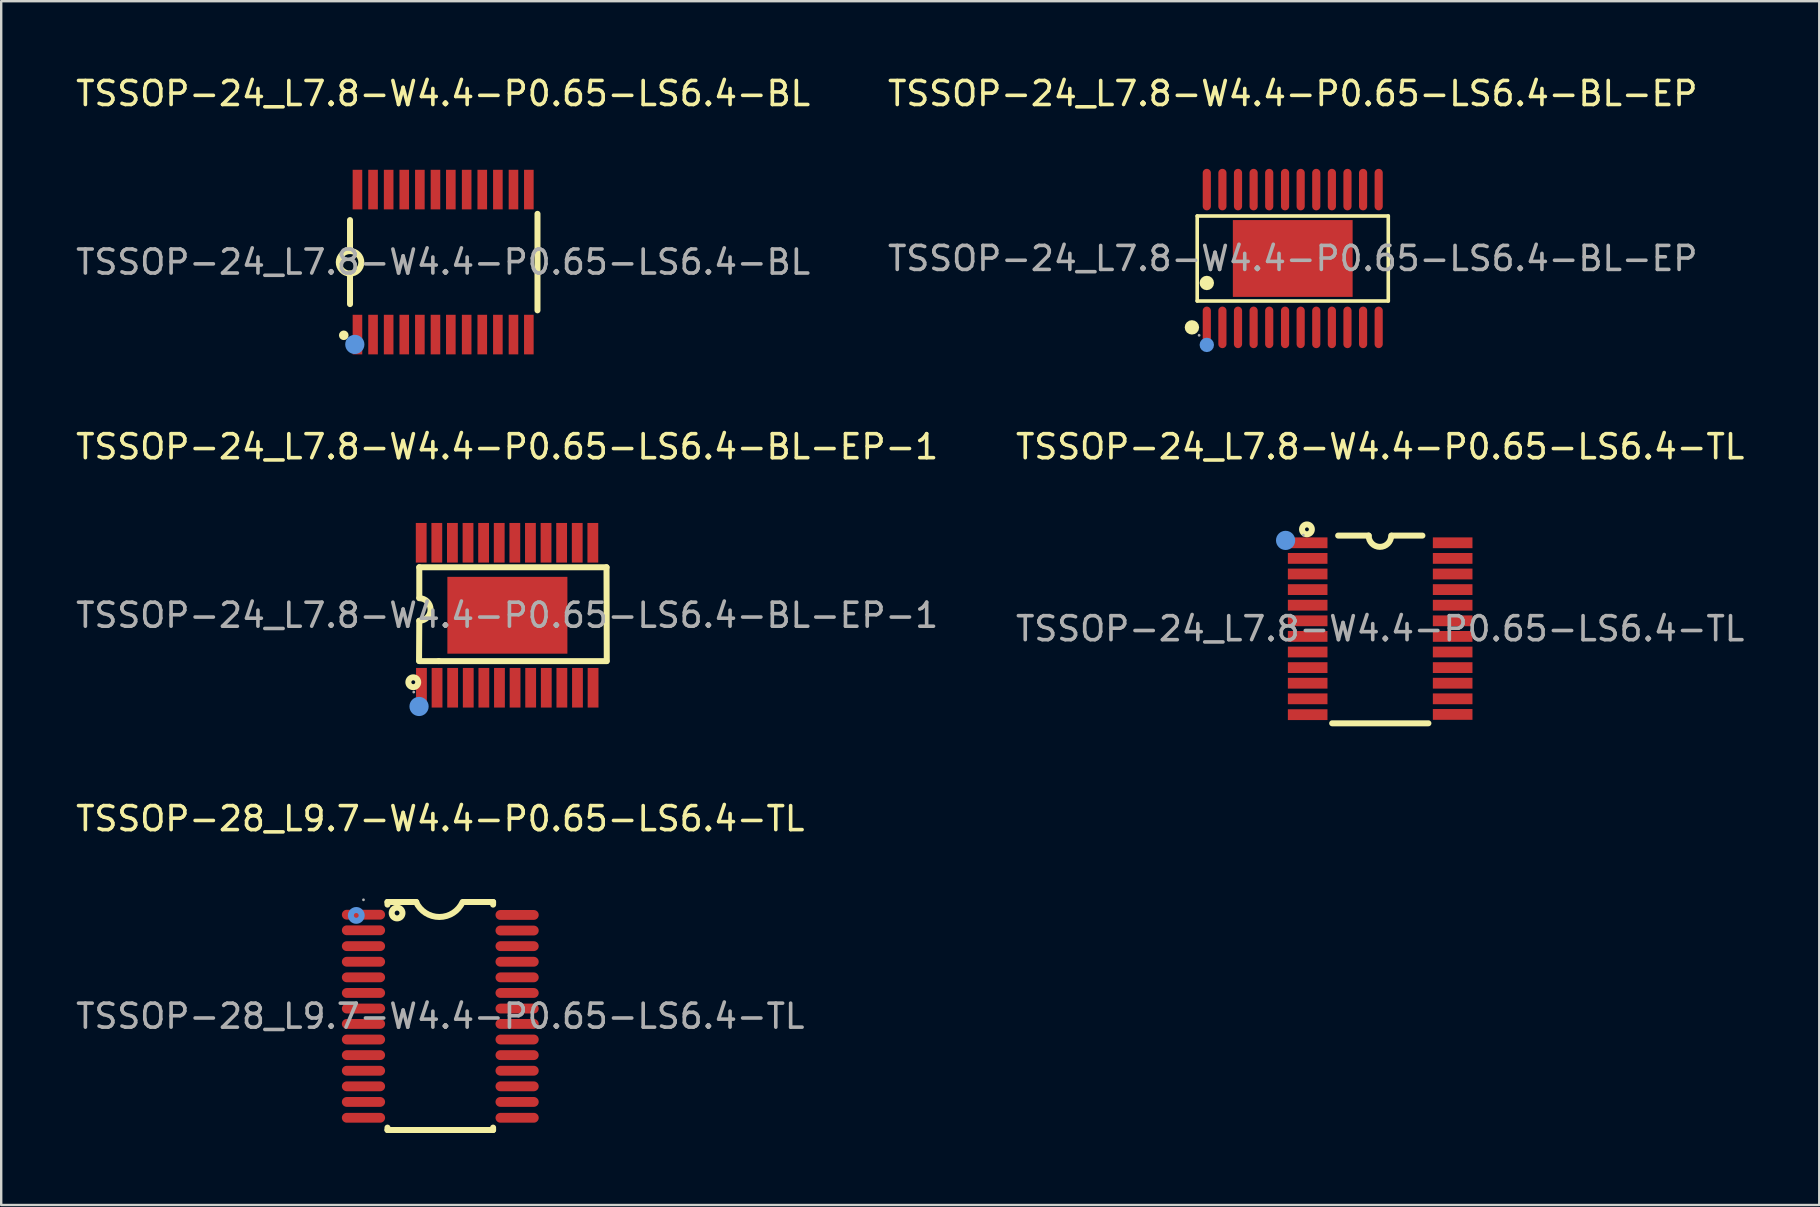
<source format=kicad_pcb>
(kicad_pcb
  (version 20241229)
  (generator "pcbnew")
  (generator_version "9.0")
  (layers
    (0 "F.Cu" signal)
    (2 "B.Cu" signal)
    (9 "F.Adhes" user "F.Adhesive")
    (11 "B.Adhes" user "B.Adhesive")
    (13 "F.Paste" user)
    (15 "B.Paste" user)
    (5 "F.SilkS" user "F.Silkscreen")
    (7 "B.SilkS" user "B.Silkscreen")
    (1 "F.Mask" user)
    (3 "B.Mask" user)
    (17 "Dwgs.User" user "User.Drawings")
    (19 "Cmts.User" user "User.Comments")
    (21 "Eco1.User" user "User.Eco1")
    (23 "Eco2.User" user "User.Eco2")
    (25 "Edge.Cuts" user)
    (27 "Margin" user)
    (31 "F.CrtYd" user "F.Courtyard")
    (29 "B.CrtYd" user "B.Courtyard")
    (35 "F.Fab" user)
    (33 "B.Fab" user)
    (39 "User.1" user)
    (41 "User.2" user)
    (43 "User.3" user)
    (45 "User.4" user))
  (footprint "TSSOP-28_L9.7-W4.4-P0.65-LS6.4-TL"
    (layer "F.Cu")
    (at 15.292 39.285)
    (property "Reference" "TSSOP-28_L9.7-W4.4-P0.65-LS6.4-TL" (at 0 -8.23 0) (layer "F.SilkS") (effects (font (size 1 1) (thickness 0.15))))
    (attr through_hole)
    (fp_line (start -2.2 -4.76) (end -2.2 -4.65) (stroke (width 0.25) (type solid)) (layer "F.SilkS"))
    (fp_line (start -2.2 -4.76) (end -1 -4.76) (stroke (width 0.25) (type solid)) (layer "F.SilkS"))
    (fp_line (start -2.2 4.64) (end -2.2 4.74) (stroke (width 0.25) (type solid)) (layer "F.SilkS"))
    (fp_line (start -2.2 4.74) (end 2.2 4.74) (stroke (width 0.25) (type solid)) (layer "F.SilkS"))
    (fp_line (start 2.2 -4.76) (end 1 -4.76) (stroke (width 0.25) (type solid)) (layer "F.SilkS"))
    (fp_line (start 2.2 -4.76) (end 2.2 -4.65) (stroke (width 0.25) (type solid)) (layer "F.SilkS"))
    (fp_line (start 2.2 4.64) (end 2.2 4.74) (stroke (width 0.25) (type solid)) (layer "F.SilkS"))
    (fp_arc (start 0.93 -4.76) (mid -0.039246 -4.134871) (end -1.009376 -4.758627) (stroke (width 0.25) (type solid)) (layer "F.SilkS"))
    (fp_circle (center -1.8 -4.3) (end -1.7 -4.3) (stroke (width 0.25) (type solid)) (fill no) (layer "F.SilkS"))
    (fp_circle (center -3.5 -4.2) (end -3.4 -4.2) (stroke (width 0.25) (type solid)) (fill no) (layer "Cmts.User"))
    (fp_circle (center -3.2 -4.85) (end -3.17 -4.85) (stroke (width 0.06) (type solid)) (fill no) (layer "F.Fab"))
    (fp_text user "${REFERENCE}" (at 0 0 0) (layer "F.Fab") (effects (font (size 1 1) (thickness 0.15))))
    (pad "1" smd oval (at -3.2 -4.23) (size 1.8 0.41) (layers "F.Cu" "F.Mask" "F.Paste"))
    (pad "2" smd oval (at -3.2 -3.58) (size 1.8 0.41) (layers "F.Cu" "F.Mask" "F.Paste"))
    (pad "3" smd oval (at -3.2 -2.92) (size 1.8 0.41) (layers "F.Cu" "F.Mask" "F.Paste"))
    (pad "4" smd oval (at -3.2 -2.27) (size 1.8 0.41) (layers "F.Cu" "F.Mask" "F.Paste"))
    (pad "5" smd oval (at -3.2 -1.62) (size 1.8 0.41) (layers "F.Cu" "F.Mask" "F.Paste"))
    (pad "6" smd oval (at -3.2 -0.97) (size 1.8 0.41) (layers "F.Cu" "F.Mask" "F.Paste"))
    (pad "7" smd oval (at -3.2 -0.32) (size 1.8 0.41) (layers "F.Cu" "F.Mask" "F.Paste"))
    (pad "8" smd oval (at -3.2 0.32) (size 1.8 0.41) (layers "F.Cu" "F.Mask" "F.Paste"))
    (pad "9" smd oval (at -3.2 0.97) (size 1.8 0.41) (layers "F.Cu" "F.Mask" "F.Paste"))
    (pad "10" smd oval (at -3.2 1.62) (size 1.8 0.41) (layers "F.Cu" "F.Mask" "F.Paste"))
    (pad "11" smd oval (at -3.2 2.27) (size 1.8 0.41) (layers "F.Cu" "F.Mask" "F.Paste"))
    (pad "12" smd oval (at -3.2 2.92) (size 1.8 0.41) (layers "F.Cu" "F.Mask" "F.Paste"))
    (pad "13" smd oval (at -3.2 3.57) (size 1.8 0.41) (layers "F.Cu" "F.Mask" "F.Paste"))
    (pad "14" smd oval (at -3.2 4.23) (size 1.8 0.41) (layers "F.Cu" "F.Mask" "F.Paste"))
    (pad "15" smd oval (at 3.2 4.23) (size 1.8 0.41) (layers "F.Cu" "F.Mask" "F.Paste"))
    (pad "16" smd oval (at 3.2 3.57) (size 1.8 0.41) (layers "F.Cu" "F.Mask" "F.Paste"))
    (pad "17" smd oval (at 3.2 2.92) (size 1.8 0.41) (layers "F.Cu" "F.Mask" "F.Paste"))
    (pad "18" smd oval (at 3.2 2.27) (size 1.8 0.41) (layers "F.Cu" "F.Mask" "F.Paste"))
    (pad "19" smd oval (at 3.2 1.62) (size 1.8 0.41) (layers "F.Cu" "F.Mask" "F.Paste"))
    (pad "20" smd oval (at 3.2 0.97) (size 1.8 0.41) (layers "F.Cu" "F.Mask" "F.Paste"))
    (pad "21" smd oval (at 3.2 0.32) (size 1.8 0.41) (layers "F.Cu" "F.Mask" "F.Paste"))
    (pad "22" smd oval (at 3.2 -0.32) (size 1.8 0.41) (layers "F.Cu" "F.Mask" "F.Paste"))
    (pad "23" smd oval (at 3.2 -0.97) (size 1.8 0.41) (layers "F.Cu" "F.Mask" "F.Paste"))
    (pad "24" smd oval (at 3.2 -1.62) (size 1.8 0.41) (layers "F.Cu" "F.Mask" "F.Paste"))
    (pad "25" smd oval (at 3.2 -2.27) (size 1.8 0.41) (layers "F.Cu" "F.Mask" "F.Paste"))
    (pad "26" smd oval (at 3.2 -2.92) (size 1.8 0.41) (layers "F.Cu" "F.Mask" "F.Paste"))
    (pad "27" smd oval (at 3.2 -3.57) (size 1.8 0.41) (layers "F.Cu" "F.Mask" "F.Paste"))
    (pad "28" smd oval (at 3.2 -4.22) (size 1.8 0.41) (layers "F.Cu" "F.Mask" "F.Paste")))
  (footprint "TSSOP-24_L7.8-W4.4-P0.65-LS6.4-BL-EP-1"
    (layer "F.Cu")
    (at 18.077 22.581)
    (property "Reference" "TSSOP-24_L7.8-W4.4-P0.65-LS6.4-BL-EP-1" (at 0 -7.02 0) (layer "F.SilkS") (effects (font (size 1 1) (thickness 0.15))))
    (attr through_hole)
    (fp_line (start -3.67 1.9) (end -3.66 0.23) (stroke (width 0.25) (type solid)) (layer "F.SilkS"))
    (fp_line (start -3.66 -0.73) (end -3.66 -2) (stroke (width 0.25) (type solid)) (layer "F.SilkS"))
    (fp_line (start -2.85 1.91) (end -3.66 1.91) (stroke (width 0.25) (type solid)) (layer "F.SilkS"))
    (fp_line (start 4.14 -2) (end -3.66 -2) (stroke (width 0.25) (type solid)) (layer "F.SilkS"))
    (fp_line (start 4.14 1.91) (end -2.85 1.91) (stroke (width 0.25) (type solid)) (layer "F.SilkS"))
    (fp_line (start 4.15 1.91) (end 4.14 -2) (stroke (width 0.25) (type solid)) (layer "F.SilkS"))
    (fp_arc (start -3.66 -0.71) (mid -3.19 -0.24) (end -3.66 0.23) (stroke (width 0.25) (type solid)) (layer "F.SilkS"))
    (fp_circle (center -3.91 2.79) (end -3.83 2.79) (stroke (width 0.25) (type solid)) (fill no) (layer "F.SilkS"))
    (fp_circle (center -3.67 3.8) (end -3.47 3.8) (stroke (width 0.4) (type solid)) (fill no) (layer "Cmts.User"))
    (fp_circle (center -3.89 3.2) (end -3.86 3.2) (stroke (width 0.06) (type solid)) (fill no) (layer "F.Fab"))
    (fp_text user "${REFERENCE}" (at 0 0 0) (layer "F.Fab") (effects (font (size 1 1) (thickness 0.15))))
    (pad "1" smd rect (at -3.57 3.02) (size 0.45 1.65) (layers "F.Cu" "F.Mask" "F.Paste"))
    (pad "2" smd rect (at -2.92 3.02) (size 0.45 1.65) (layers "F.Cu" "F.Mask" "F.Paste"))
    (pad "3" smd rect (at -2.27 3.02) (size 0.45 1.65) (layers "F.Cu" "F.Mask" "F.Paste"))
    (pad "4" smd rect (at -1.62 3.02) (size 0.45 1.65) (layers "F.Cu" "F.Mask" "F.Paste"))
    (pad "5" smd rect (at -0.97 3.02) (size 0.45 1.65) (layers "F.Cu" "F.Mask" "F.Paste"))
    (pad "6" smd rect (at -0.32 3.02) (size 0.45 1.65) (layers "F.Cu" "F.Mask" "F.Paste"))
    (pad "7" smd rect (at 0.33 3.02) (size 0.45 1.65) (layers "F.Cu" "F.Mask" "F.Paste"))
    (pad "8" smd rect (at 0.98 3.02) (size 0.45 1.65) (layers "F.Cu" "F.Mask" "F.Paste"))
    (pad "9" smd rect (at 1.63 3.02) (size 0.45 1.65) (layers "F.Cu" "F.Mask" "F.Paste"))
    (pad "10" smd rect (at 2.28 3.02) (size 0.45 1.65) (layers "F.Cu" "F.Mask" "F.Paste"))
    (pad "11" smd rect (at 2.93 3.02) (size 0.45 1.65) (layers "F.Cu" "F.Mask" "F.Paste"))
    (pad "12" smd rect (at 3.58 3.02) (size 0.45 1.65) (layers "F.Cu" "F.Mask" "F.Paste"))
    (pad "13" smd rect (at 3.57 -3.02) (size 0.45 1.65) (layers "F.Cu" "F.Mask" "F.Paste"))
    (pad "14" smd rect (at 2.92 -3.02) (size 0.45 1.65) (layers "F.Cu" "F.Mask" "F.Paste"))
    (pad "15" smd rect (at 2.27 -3.02) (size 0.45 1.65) (layers "F.Cu" "F.Mask" "F.Paste"))
    (pad "16" smd rect (at 1.62 -3.02) (size 0.45 1.65) (layers "F.Cu" "F.Mask" "F.Paste"))
    (pad "17" smd rect (at 0.97 -3.02) (size 0.45 1.65) (layers "F.Cu" "F.Mask" "F.Paste"))
    (pad "18" smd rect (at 0.32 -3.02) (size 0.45 1.65) (layers "F.Cu" "F.Mask" "F.Paste"))
    (pad "19" smd rect (at -0.33 -3.02) (size 0.45 1.65) (layers "F.Cu" "F.Mask" "F.Paste"))
    (pad "20" smd rect (at -0.98 -3.02) (size 0.45 1.65) (layers "F.Cu" "F.Mask" "F.Paste"))
    (pad "21" smd rect (at -1.63 -3.02) (size 0.45 1.65) (layers "F.Cu" "F.Mask" "F.Paste"))
    (pad "22" smd rect (at -2.28 -3.02) (size 0.45 1.65) (layers "F.Cu" "F.Mask" "F.Paste"))
    (pad "23" smd rect (at -2.93 -3.02) (size 0.45 1.65) (layers "F.Cu" "F.Mask" "F.Paste"))
    (pad "24" smd rect (at -3.58 -3.02) (size 0.45 1.65) (layers "F.Cu" "F.Mask" "F.Paste"))
    (pad "25" smd rect (at 0.01 0) (size 5 3.2) (layers "F.Cu" "F.Mask" "F.Paste")))
  (footprint "TSSOP-24_L7.8-W4.4-P0.65-LS6.4-BL-EP"
    (layer "F.Cu")
    (at 50.804 7.718)
    (property "Reference" "TSSOP-24_L7.8-W4.4-P0.65-LS6.4-BL-EP" (at 0 -6.87 0) (layer "F.SilkS") (effects (font (size 1 1) (thickness 0.15))))
    (attr through_hole)
    (fp_line (start -3.98 -1.77) (end 3.98 -1.77) (stroke (width 0.15) (type solid)) (layer "F.SilkS"))
    (fp_line (start -3.98 1.77) (end -3.98 -1.77) (stroke (width 0.15) (type solid)) (layer "F.SilkS"))
    (fp_line (start 3.98 -1.77) (end 3.98 1.77) (stroke (width 0.15) (type solid)) (layer "F.SilkS"))
    (fp_line (start 3.98 1.77) (end -3.98 1.77) (stroke (width 0.15) (type solid)) (layer "F.SilkS"))
    (fp_circle (center -4.2 2.87) (end -4.05 2.87) (stroke (width 0.3) (type solid)) (fill no) (layer "F.SilkS"))
    (fp_circle (center -3.58 1.02) (end -3.43 1.02) (stroke (width 0.3) (type solid)) (fill no) (layer "F.SilkS"))
    (fp_circle (center -3.58 3.6) (end -3.43 3.6) (stroke (width 0.3) (type solid)) (fill no) (layer "Cmts.User"))
    (fp_circle (center -3.9 3.2) (end -3.87 3.2) (stroke (width 0.06) (type solid)) (fill no) (layer "F.Fab"))
    (fp_text user "${REFERENCE}" (at 0 0 0) (layer "F.Fab") (effects (font (size 1 1) (thickness 0.15))))
    (pad "1" smd oval (at -3.58 2.87) (size 0.34 1.73) (layers "F.Cu" "F.Mask" "F.Paste"))
    (pad "2" smd oval (at -2.93 2.87) (size 0.34 1.73) (layers "F.Cu" "F.Mask" "F.Paste"))
    (pad "3" smd oval (at -2.28 2.87) (size 0.34 1.73) (layers "F.Cu" "F.Mask" "F.Paste"))
    (pad "4" smd oval (at -1.63 2.87) (size 0.34 1.73) (layers "F.Cu" "F.Mask" "F.Paste"))
    (pad "5" smd oval (at -0.98 2.87) (size 0.34 1.73) (layers "F.Cu" "F.Mask" "F.Paste"))
    (pad "6" smd oval (at -0.32 2.87) (size 0.34 1.73) (layers "F.Cu" "F.Mask" "F.Paste"))
    (pad "7" smd oval (at 0.33 2.87) (size 0.34 1.73) (layers "F.Cu" "F.Mask" "F.Paste"))
    (pad "8" smd oval (at 0.98 2.87) (size 0.34 1.73) (layers "F.Cu" "F.Mask" "F.Paste"))
    (pad "9" smd oval (at 1.63 2.87) (size 0.34 1.73) (layers "F.Cu" "F.Mask" "F.Paste"))
    (pad "10" smd oval (at 2.28 2.87) (size 0.34 1.73) (layers "F.Cu" "F.Mask" "F.Paste"))
    (pad "11" smd oval (at 2.93 2.87) (size 0.34 1.73) (layers "F.Cu" "F.Mask" "F.Paste"))
    (pad "12" smd oval (at 3.58 2.87) (size 0.34 1.73) (layers "F.Cu" "F.Mask" "F.Paste"))
    (pad "13" smd oval (at 3.58 -2.87) (size 0.34 1.73) (layers "F.Cu" "F.Mask" "F.Paste"))
    (pad "14" smd oval (at 2.93 -2.87) (size 0.34 1.73) (layers "F.Cu" "F.Mask" "F.Paste"))
    (pad "15" smd oval (at 2.28 -2.87) (size 0.34 1.73) (layers "F.Cu" "F.Mask" "F.Paste"))
    (pad "16" smd oval (at 1.63 -2.87) (size 0.34 1.73) (layers "F.Cu" "F.Mask" "F.Paste"))
    (pad "17" smd oval (at 0.98 -2.87) (size 0.34 1.73) (layers "F.Cu" "F.Mask" "F.Paste"))
    (pad "18" smd oval (at 0.33 -2.87) (size 0.34 1.73) (layers "F.Cu" "F.Mask" "F.Paste"))
    (pad "19" smd oval (at -0.32 -2.87) (size 0.34 1.73) (layers "F.Cu" "F.Mask" "F.Paste"))
    (pad "20" smd oval (at -0.98 -2.87) (size 0.34 1.73) (layers "F.Cu" "F.Mask" "F.Paste"))
    (pad "21" smd oval (at -1.63 -2.87) (size 0.34 1.73) (layers "F.Cu" "F.Mask" "F.Paste"))
    (pad "22" smd oval (at -2.28 -2.87) (size 0.34 1.73) (layers "F.Cu" "F.Mask" "F.Paste"))
    (pad "23" smd oval (at -2.93 -2.87) (size 0.34 1.73) (layers "F.Cu" "F.Mask" "F.Paste"))
    (pad "24" smd oval (at -3.58 -2.87) (size 0.34 1.73) (layers "F.Cu" "F.Mask" "F.Paste"))
    (pad "25" smd rect (at 0 0) (size 4.99 3.2) (layers "F.Cu" "F.Mask" "F.Paste")))
  (footprint "TSSOP-24_L7.8-W4.4-P0.65-LS6.4-TL"
    (layer "F.Cu")
    (at 54.446 23.142)
    (property "Reference" "TSSOP-24_L7.8-W4.4-P0.65-LS6.4-TL" (at 0 -7.58 0) (layer "F.SilkS") (effects (font (size 1 1) (thickness 0.15))))
    (attr through_hole)
    (fp_line (start -1.75 -3.88) (end -0.48 -3.88) (stroke (width 0.25) (type solid)) (layer "F.SilkS"))
    (fp_line (start 0.49 -3.88) (end 1.76 -3.88) (stroke (width 0.25) (type solid)) (layer "F.SilkS"))
    (fp_line (start 2.01 3.94) (end -2 3.94) (stroke (width 0.25) (type solid)) (layer "F.SilkS"))
    (fp_arc (start 0.46 -3.88) (mid -0.01 -3.41) (end -0.48 -3.88) (stroke (width 0.25) (type solid)) (layer "F.SilkS"))
    (fp_circle (center -3.05 -4.14) (end -2.97 -4.14) (stroke (width 0.25) (type solid)) (fill no) (layer "F.SilkS"))
    (fp_circle (center -3.94 -3.68) (end -3.74 -3.68) (stroke (width 0.4) (type solid)) (fill no) (layer "Cmts.User"))
    (fp_circle (center -3.2 -3.9) (end -3.17 -3.9) (stroke (width 0.06) (type solid)) (fill no) (layer "F.Fab"))
    (fp_text user "${REFERENCE}" (at 0 0 0) (layer "F.Fab") (effects (font (size 1 1) (thickness 0.15))))
    (pad "1" smd rect (at -3.02 -3.58) (size 1.65 0.45) (layers "F.Cu" "F.Mask" "F.Paste"))
    (pad "2" smd rect (at -3.02 -2.93) (size 1.65 0.45) (layers "F.Cu" "F.Mask" "F.Paste"))
    (pad "3" smd rect (at -3.02 -2.28) (size 1.65 0.45) (layers "F.Cu" "F.Mask" "F.Paste"))
    (pad "4" smd rect (at -3.02 -1.63) (size 1.65 0.45) (layers "F.Cu" "F.Mask" "F.Paste"))
    (pad "5" smd rect (at -3.02 -0.98) (size 1.65 0.45) (layers "F.Cu" "F.Mask" "F.Paste"))
    (pad "6" smd rect (at -3.02 -0.33) (size 1.65 0.45) (layers "F.Cu" "F.Mask" "F.Paste"))
    (pad "7" smd rect (at -3.02 0.32) (size 1.65 0.45) (layers "F.Cu" "F.Mask" "F.Paste"))
    (pad "8" smd rect (at -3.02 0.97) (size 1.65 0.45) (layers "F.Cu" "F.Mask" "F.Paste"))
    (pad "9" smd rect (at -3.02 1.62) (size 1.65 0.45) (layers "F.Cu" "F.Mask" "F.Paste"))
    (pad "10" smd rect (at -3.02 2.27) (size 1.65 0.45) (layers "F.Cu" "F.Mask" "F.Paste"))
    (pad "11" smd rect (at -3.02 2.92) (size 1.65 0.45) (layers "F.Cu" "F.Mask" "F.Paste"))
    (pad "12" smd rect (at -3.02 3.58) (size 1.65 0.45) (layers "F.Cu" "F.Mask" "F.Paste"))
    (pad "13" smd rect (at 3.02 3.57) (size 1.65 0.45) (layers "F.Cu" "F.Mask" "F.Paste"))
    (pad "14" smd rect (at 3.02 2.92) (size 1.65 0.45) (layers "F.Cu" "F.Mask" "F.Paste"))
    (pad "15" smd rect (at 3.02 2.27) (size 1.65 0.45) (layers "F.Cu" "F.Mask" "F.Paste"))
    (pad "16" smd rect (at 3.02 1.62) (size 1.65 0.45) (layers "F.Cu" "F.Mask" "F.Paste"))
    (pad "17" smd rect (at 3.02 0.97) (size 1.65 0.45) (layers "F.Cu" "F.Mask" "F.Paste"))
    (pad "18" smd rect (at 3.02 0.32) (size 1.65 0.45) (layers "F.Cu" "F.Mask" "F.Paste"))
    (pad "19" smd rect (at 3.02 -0.33) (size 1.65 0.45) (layers "F.Cu" "F.Mask" "F.Paste"))
    (pad "20" smd rect (at 3.02 -0.98) (size 1.65 0.45) (layers "F.Cu" "F.Mask" "F.Paste"))
    (pad "21" smd rect (at 3.02 -1.63) (size 1.65 0.45) (layers "F.Cu" "F.Mask" "F.Paste"))
    (pad "22" smd rect (at 3.02 -2.28) (size 1.65 0.45) (layers "F.Cu" "F.Mask" "F.Paste"))
    (pad "23" smd rect (at 3.02 -2.93) (size 1.65 0.45) (layers "F.Cu" "F.Mask" "F.Paste"))
    (pad "24" smd rect (at 3.02 -3.58) (size 1.65 0.45) (layers "F.Cu" "F.Mask" "F.Paste")))
  (footprint "TSSOP-24_L7.8-W4.4-P0.65-LS6.4-BL"
    (layer "F.Cu")
    (at 15.411 7.868)
    (property "Reference" "TSSOP-24_L7.8-W4.4-P0.65-LS6.4-BL" (at 0 -7.02 0) (layer "F.SilkS") (effects (font (size 1 1) (thickness 0.15))))
    (attr through_hole)
    (fp_line (start -3.88 -0.48) (end -3.88 -1.75) (stroke (width 0.25) (type solid)) (layer "F.SilkS"))
    (fp_line (start -3.88 1.75) (end -3.88 0.48) (stroke (width 0.25) (type solid)) (layer "F.SilkS"))
    (fp_line (start 3.93 -2.01) (end 3.93 2.01) (stroke (width 0.25) (type solid)) (layer "F.SilkS"))
    (fp_arc (start -3.888203 0.479928) (mid -3.875898 -0.459982) (end -3.88 0.48) (stroke (width 0.25) (type solid)) (layer "F.SilkS"))
    (fp_circle (center -4.14 3.05) (end -4.04 3.05) (stroke (width 0.2) (type solid)) (fill no) (layer "F.SilkS"))
    (fp_circle (center -3.68 3.43) (end -3.48 3.43) (stroke (width 0.4) (type solid)) (fill no) (layer "Cmts.User"))
    (fp_circle (center -3.9 3.19) (end -3.87 3.19) (stroke (width 0.06) (type solid)) (fill no) (layer "F.Fab"))
    (fp_text user "${REFERENCE}" (at 0 0 0) (layer "F.Fab") (effects (font (size 1 1) (thickness 0.15))))
    (pad "1" smd rect (at -3.57 3.02) (size 0.4 1.65) (layers "F.Cu" "F.Mask" "F.Paste"))
    (pad "2" smd rect (at -2.92 3.02) (size 0.4 1.65) (layers "F.Cu" "F.Mask" "F.Paste"))
    (pad "3" smd rect (at -2.27 3.02) (size 0.4 1.65) (layers "F.Cu" "F.Mask" "F.Paste"))
    (pad "4" smd rect (at -1.62 3.02) (size 0.4 1.65) (layers "F.Cu" "F.Mask" "F.Paste"))
    (pad "5" smd rect (at -0.97 3.02) (size 0.4 1.65) (layers "F.Cu" "F.Mask" "F.Paste"))
    (pad "6" smd rect (at -0.32 3.02) (size 0.4 1.65) (layers "F.Cu" "F.Mask" "F.Paste"))
    (pad "7" smd rect (at 0.32 3.02) (size 0.4 1.65) (layers "F.Cu" "F.Mask" "F.Paste"))
    (pad "8" smd rect (at 0.98 3.02) (size 0.4 1.65) (layers "F.Cu" "F.Mask" "F.Paste"))
    (pad "9" smd rect (at 1.63 3.02) (size 0.4 1.65) (layers "F.Cu" "F.Mask" "F.Paste"))
    (pad "10" smd rect (at 2.28 3.02) (size 0.4 1.65) (layers "F.Cu" "F.Mask" "F.Paste"))
    (pad "11" smd rect (at 2.93 3.02) (size 0.4 1.65) (layers "F.Cu" "F.Mask" "F.Paste"))
    (pad "12" smd rect (at 3.57 3.02) (size 0.4 1.65) (layers "F.Cu" "F.Mask" "F.Paste"))
    (pad "13" smd rect (at 3.57 -3.02) (size 0.4 1.65) (layers "F.Cu" "F.Mask" "F.Paste"))
    (pad "14" smd rect (at 2.93 -3.02) (size 0.4 1.65) (layers "F.Cu" "F.Mask" "F.Paste"))
    (pad "15" smd rect (at 2.28 -3.02) (size 0.4 1.65) (layers "F.Cu" "F.Mask" "F.Paste"))
    (pad "16" smd rect (at 1.63 -3.02) (size 0.4 1.65) (layers "F.Cu" "F.Mask" "F.Paste"))
    (pad "17" smd rect (at 0.98 -3.02) (size 0.4 1.65) (layers "F.Cu" "F.Mask" "F.Paste"))
    (pad "18" smd rect (at 0.32 -3.02) (size 0.4 1.65) (layers "F.Cu" "F.Mask" "F.Paste"))
    (pad "19" smd rect (at -0.32 -3.02) (size 0.4 1.65) (layers "F.Cu" "F.Mask" "F.Paste"))
    (pad "20" smd rect (at -0.97 -3.02) (size 0.4 1.65) (layers "F.Cu" "F.Mask" "F.Paste"))
    (pad "21" smd rect (at -1.62 -3.02) (size 0.4 1.65) (layers "F.Cu" "F.Mask" "F.Paste"))
    (pad "22" smd rect (at -2.27 -3.02) (size 0.4 1.65) (layers "F.Cu" "F.Mask" "F.Paste"))
    (pad "23" smd rect (at -2.92 -3.02) (size 0.4 1.65) (layers "F.Cu" "F.Mask" "F.Paste"))
    (pad "24" smd rect (at -3.57 -3.02) (size 0.4 1.65) (layers "F.Cu" "F.Mask" "F.Paste")))
  (gr_rect
    (start -3 -3)
    (end 72.738 47.15)
    (stroke (width 0.1) (type default))
    (fill no)
    (layer "Edge.Cuts")))
</source>
